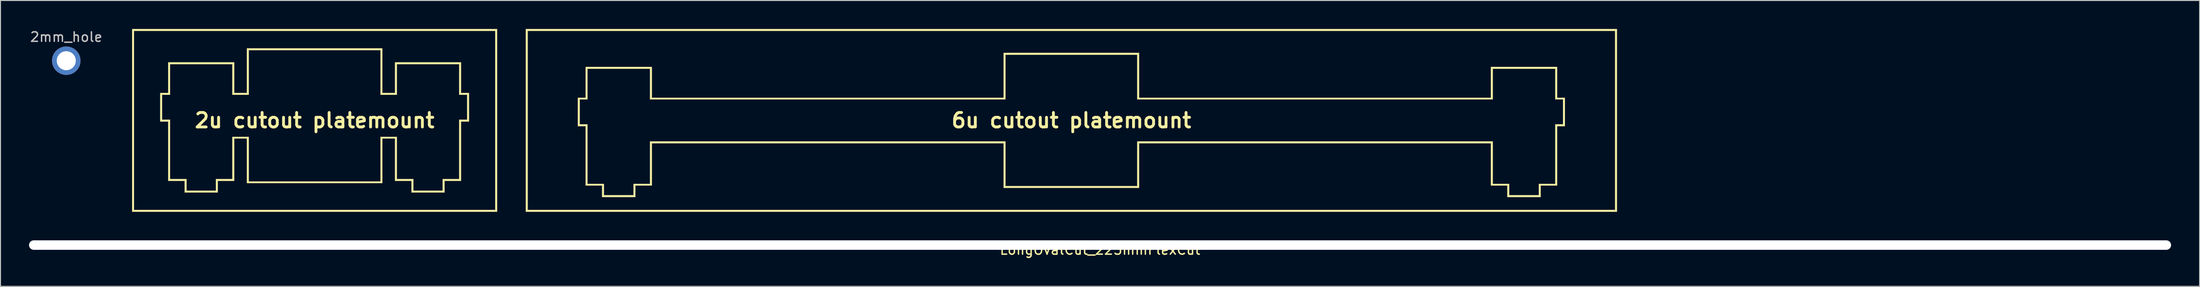
<source format=kicad_pcb>
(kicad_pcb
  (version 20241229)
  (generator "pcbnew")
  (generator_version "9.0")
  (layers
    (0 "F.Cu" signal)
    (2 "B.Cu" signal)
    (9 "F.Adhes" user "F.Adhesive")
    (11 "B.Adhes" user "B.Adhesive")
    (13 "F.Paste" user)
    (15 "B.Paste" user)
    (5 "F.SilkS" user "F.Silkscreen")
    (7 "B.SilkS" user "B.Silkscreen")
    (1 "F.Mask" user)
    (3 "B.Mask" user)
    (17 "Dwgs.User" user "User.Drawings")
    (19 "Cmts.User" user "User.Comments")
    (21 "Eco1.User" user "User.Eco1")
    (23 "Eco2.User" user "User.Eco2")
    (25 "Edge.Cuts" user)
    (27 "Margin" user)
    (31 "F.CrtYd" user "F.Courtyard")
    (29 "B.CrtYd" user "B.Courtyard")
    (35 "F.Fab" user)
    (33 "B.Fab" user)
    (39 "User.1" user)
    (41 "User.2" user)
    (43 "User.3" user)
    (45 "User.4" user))
  (footprint "2u cutout platemount"
    (layer "F.Cu")
    (at 29.997 9.641)
    (property "Reference" "2u cutout platemount" (at 0 0 0) (layer "F.SilkS") (effects (font (size 1.524 1.524) (thickness 0.3))))
    (attr through_hole)
    (fp_poly (pts (xy 19.171 9.636) (xy -19.171 9.636) (xy -19.171 -9.433) (xy -18.967 -9.433) (xy -18.967 9.433) (xy 18.967 9.433) (xy 18.967 -9.433) (xy -18.967 -9.433) (xy -19.171 -9.433) (xy -19.171 -9.636) (xy 19.171 -9.636) (xy 19.171 9.636)) (stroke (width 0.01) (type solid)) (fill yes) (layer "F.SilkS"))
    (fp_poly (pts (xy 7.119 -2.898) (xy 8.441 -2.898) (xy 8.441 -6.128) (xy 15.382 -6.128) (xy 15.382 -2.898) (xy 16.221 -2.898) (xy 16.221 0.127) (xy 15.382 0.127) (xy 15.382 6.382) (xy 13.653 6.382) (xy 13.653 7.602) (xy 10.17 7.602) (xy 10.17 6.382) (xy 8.441 6.382) (xy 8.441 1.907) (xy 7.119 1.907) (xy 7.119 6.611) (xy -7.119 6.611) (xy -7.119 1.907) (xy -8.441 1.907) (xy -8.441 6.382) (xy -10.17 6.382) (xy -10.17 7.602) (xy -13.653 7.602) (xy -13.653 6.382) (xy -15.382 6.382) (xy -15.382 0.127) (xy -16.221 0.127) (xy -16.221 -2.695) (xy -16.018 -2.695) (xy -16.018 -0.076) (xy -15.179 -0.076) (xy -15.179 6.178) (xy -13.45 6.178) (xy -13.45 7.399) (xy -10.374 7.399) (xy -10.374 6.178) (xy -8.645 6.178) (xy -8.645 1.729) (xy -6.916 1.729) (xy -6.916 6.433) (xy 6.916 6.433) (xy 6.916 1.729) (xy 8.645 1.729) (xy 8.645 6.178) (xy 10.374 6.178) (xy 10.374 7.399) (xy 13.45 7.399) (xy 13.45 6.178) (xy 15.179 6.178) (xy 15.179 -0.076) (xy 16.018 -0.076) (xy 16.018 -2.695) (xy 15.179 -2.695) (xy 15.179 -5.924) (xy 8.645 -5.924) (xy 8.645 -2.695) (xy 6.916 -2.695) (xy 6.916 -7.399) (xy -6.916 -7.399) (xy -6.916 -2.695) (xy -8.645 -2.695) (xy -8.645 -5.924) (xy -15.179 -5.924) (xy -15.179 -2.695) (xy -16.018 -2.695) (xy -16.221 -2.695) (xy -16.221 -2.898) (xy -15.382 -2.898) (xy -15.382 -6.128) (xy -8.441 -6.128) (xy -8.441 -2.898) (xy -7.119 -2.898) (xy -7.119 -7.602) (xy 7.119 -7.602) (xy 7.119 -2.898)) (stroke (width 0.01) (type solid)) (fill yes) (layer "F.SilkS")))
  (footprint "2mm_hole"
    (layer "F.Cu")
    (at 3.911 3.348)
    (property "Reference" "2mm_hole" (at 0 -2.5 0) (layer "Dwgs.User") (effects (font (size 1 1) (thickness 0.15))))
    (attr through_hole)
    (pad "1" thru_hole circle (at 0 0) (size 3 3) (drill 2) (layers "*.Cu")))
  (footprint "6u cutout platemount"
    (layer "F.Cu")
    (at 109.487 9.641)
    (property "Reference" "6u cutout platemount" (at 0 0 0) (layer "F.SilkS") (effects (font (size 1.524 1.524) (thickness 0.3))))
    (attr through_hole)
    (fp_poly (pts (xy 57.309 9.636) (xy -57.309 9.636) (xy -57.309 -9.433) (xy -57.106 -9.433) (xy -57.106 9.433) (xy 57.106 9.433) (xy 57.106 -9.433) (xy -57.106 -9.433) (xy -57.309 -9.433) (xy -57.309 -9.636) (xy 57.309 -9.636) (xy 57.309 9.636)) (stroke (width 0.01) (type solid)) (fill yes) (layer "F.SilkS"))
    (fp_poly (pts (xy 7.119 -2.39) (xy 44.062 -2.39) (xy 44.062 -5.644) (xy 51.029 -5.644) (xy 51.029 -2.39) (xy 51.842 -2.39) (xy 51.842 0.61) (xy 51.029 0.61) (xy 51.029 6.865) (xy 49.3 6.865) (xy 49.3 8.085) (xy 45.791 8.085) (xy 45.791 6.865) (xy 44.062 6.865) (xy 44.062 2.415) (xy 7.119 2.415) (xy 7.119 7.119) (xy -7.119 7.119) (xy -7.119 2.415) (xy -44.062 2.415) (xy -44.062 6.865) (xy -45.791 6.865) (xy -45.791 8.085) (xy -49.3 8.085) (xy -49.3 6.865) (xy -51.029 6.865) (xy -51.029 0.61) (xy -51.842 0.61) (xy -51.842 -2.212) (xy -51.639 -2.212) (xy -51.639 0.407) (xy -50.825 0.407) (xy -50.825 6.687) (xy -49.096 6.687) (xy -49.096 7.882) (xy -45.995 7.882) (xy -45.995 6.687) (xy -44.266 6.687) (xy -44.266 2.212) (xy -6.916 2.212) (xy -6.916 6.916) (xy 6.916 6.916) (xy 6.916 2.212) (xy 44.266 2.212) (xy 44.266 6.687) (xy 45.995 6.687) (xy 45.995 7.882) (xy 49.096 7.882) (xy 49.096 6.687) (xy 50.825 6.687) (xy 50.825 0.407) (xy 51.639 0.407) (xy 51.639 -2.212) (xy 50.825 -2.212) (xy 50.825 -5.441) (xy 44.266 -5.441) (xy 44.266 -2.212) (xy 6.916 -2.212) (xy 6.916 -6.916) (xy -6.916 -6.916) (xy -6.916 -2.212) (xy -44.266 -2.212) (xy -44.266 -5.441) (xy -50.825 -5.441) (xy -50.825 -2.212) (xy -51.639 -2.212) (xy -51.842 -2.212) (xy -51.842 -2.39) (xy -51.029 -2.39) (xy -51.029 -5.644) (xy -44.062 -5.644) (xy -44.062 -2.39) (xy -7.119 -2.39) (xy -7.119 -7.119) (xy 7.119 -7.119) (xy 7.119 -2.39)) (stroke (width 0.01) (type solid)) (fill yes) (layer "F.SilkS")))
  (footprint "LongOvalCut_225mmFlexCut"
    (layer "F.Cu")
    (at 112.5 22.782)
    (property "Reference" "LongOvalCut_225mmFlexCut" (at 0 0.5 0) (layer "F.SilkS") (effects (font (size 1 1) (thickness 0.15))))
    (attr through_hole)
    (pad "" np_thru_hole oval (at 0 0) (size 225 1) (drill oval 225 1) (layers "*.Cu" "*.Mask")))
  (gr_rect
    (start -3 -3)
    (end 228 27.131)
    (stroke (width 0.1) (type default))
    (fill no)
    (layer "Edge.Cuts")))
</source>
